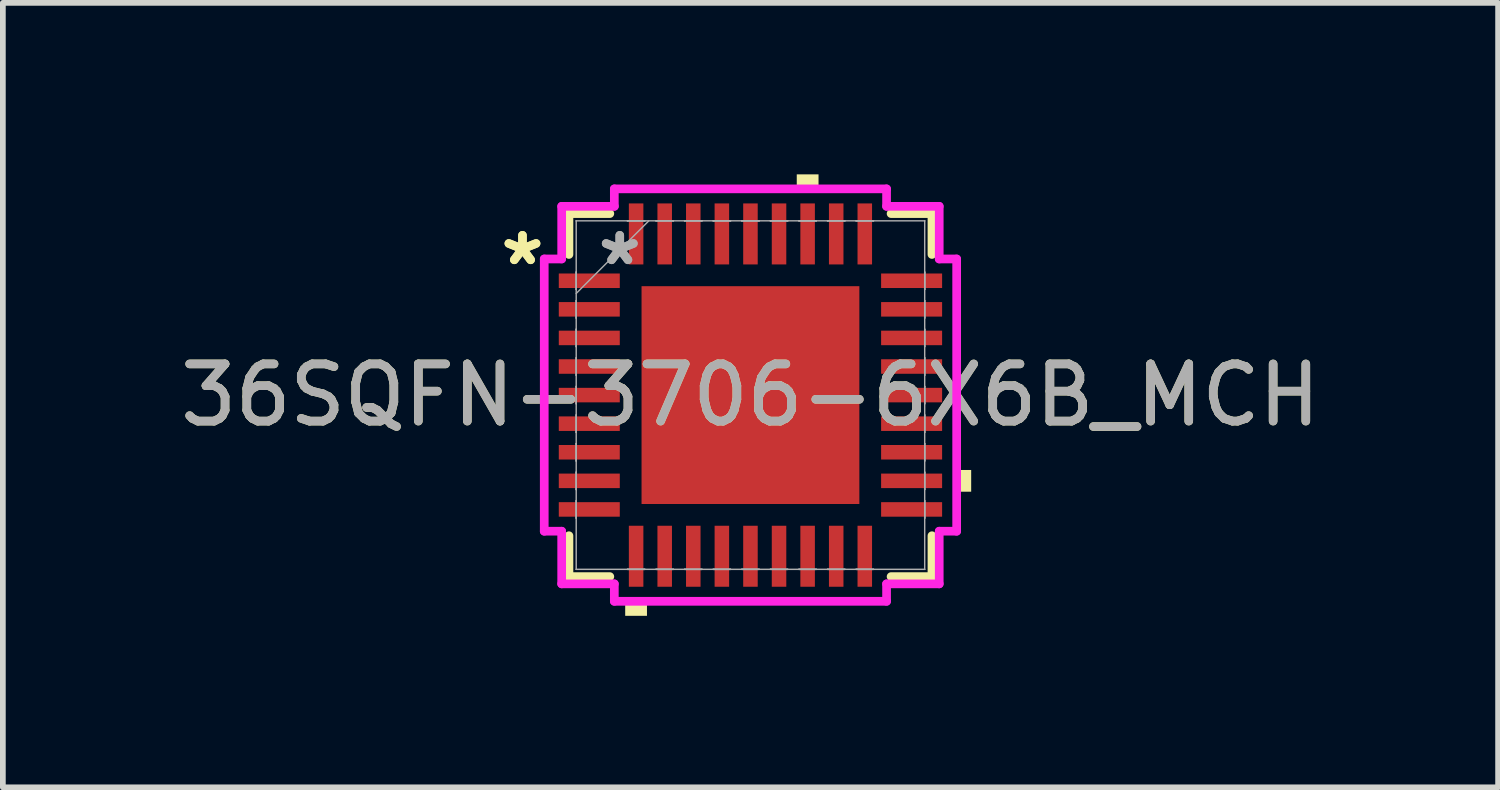
<source format=kicad_pcb>
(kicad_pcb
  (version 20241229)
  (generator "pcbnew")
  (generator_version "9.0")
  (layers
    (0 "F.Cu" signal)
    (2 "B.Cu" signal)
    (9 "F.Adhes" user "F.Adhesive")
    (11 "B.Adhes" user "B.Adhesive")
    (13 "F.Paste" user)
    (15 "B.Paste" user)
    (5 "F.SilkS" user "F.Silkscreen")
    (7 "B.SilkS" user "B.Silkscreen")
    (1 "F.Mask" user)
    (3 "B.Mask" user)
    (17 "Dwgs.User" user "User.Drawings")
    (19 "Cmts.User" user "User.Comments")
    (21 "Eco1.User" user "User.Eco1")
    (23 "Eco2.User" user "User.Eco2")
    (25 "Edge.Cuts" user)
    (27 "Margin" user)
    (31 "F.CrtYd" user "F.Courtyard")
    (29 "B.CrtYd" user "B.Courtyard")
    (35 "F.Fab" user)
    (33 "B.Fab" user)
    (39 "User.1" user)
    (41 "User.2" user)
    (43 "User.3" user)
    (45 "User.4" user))
  (footprint "36SQFN-3706-6X6B_MCH"
    (layer "F.Cu")
    (at 10.077 3.861)
    (property "Reference" "36SQFN-3706-6X6B_MCH" (at 0 0 0) (unlocked yes) (layer "F.SilkS") (effects (font (size 1 1) (thickness 0.15))))
    (attr smd)
    (fp_line (start -3.175 -3.175) (end -3.175 -2.46) (stroke (width 0.152) (type solid)) (layer "F.SilkS"))
    (fp_line (start -3.175 2.46) (end -3.175 3.175) (stroke (width 0.152) (type solid)) (layer "F.SilkS"))
    (fp_line (start -3.175 3.175) (end -2.46 3.175) (stroke (width 0.152) (type solid)) (layer "F.SilkS"))
    (fp_line (start -2.46 -3.175) (end -3.175 -3.175) (stroke (width 0.152) (type solid)) (layer "F.SilkS"))
    (fp_line (start 2.46 3.175) (end 3.175 3.175) (stroke (width 0.152) (type solid)) (layer "F.SilkS"))
    (fp_line (start 3.175 -3.175) (end 2.46 -3.175) (stroke (width 0.152) (type solid)) (layer "F.SilkS"))
    (fp_line (start 3.175 -2.46) (end 3.175 -3.175) (stroke (width 0.152) (type solid)) (layer "F.SilkS"))
    (fp_line (start 3.175 3.175) (end 3.175 2.46) (stroke (width 0.152) (type solid)) (layer "F.SilkS"))
    (fp_poly (pts (xy -2.191 3.607) (xy -2.191 3.861) (xy -1.81 3.861) (xy -1.81 3.607)) (stroke (width 0) (type solid)) (fill yes) (layer "F.SilkS"))
    (fp_poly (pts (xy 0.81 -3.607) (xy 0.81 -3.861) (xy 1.191 -3.861) (xy 1.191 -3.607)) (stroke (width 0) (type solid)) (fill yes) (layer "F.SilkS"))
    (fp_poly (pts (xy 3.861 1.31) (xy 3.861 1.69) (xy 3.607 1.69) (xy 3.607 1.31)) (stroke (width 0) (type solid)) (fill yes) (layer "F.SilkS"))
    (fp_poly (pts (xy -1.805 -1.805) (xy -1.805 -0.735) (xy -0.735 -0.735) (xy -0.735 -1.805)) (stroke (width 0) (type solid)) (fill yes) (layer "F.Paste"))
    (fp_poly (pts (xy -1.805 -0.535) (xy -1.805 0.535) (xy -0.735 0.535) (xy -0.735 -0.535)) (stroke (width 0) (type solid)) (fill yes) (layer "F.Paste"))
    (fp_poly (pts (xy -1.805 0.735) (xy -1.805 1.805) (xy -0.735 1.805) (xy -0.735 0.735)) (stroke (width 0) (type solid)) (fill yes) (layer "F.Paste"))
    (fp_poly (pts (xy -0.535 -1.805) (xy -0.535 -0.735) (xy 0.535 -0.735) (xy 0.535 -1.805)) (stroke (width 0) (type solid)) (fill yes) (layer "F.Paste"))
    (fp_poly (pts (xy -0.535 -0.535) (xy -0.535 0.535) (xy 0.535 0.535) (xy 0.535 -0.535)) (stroke (width 0) (type solid)) (fill yes) (layer "F.Paste"))
    (fp_poly (pts (xy -0.535 0.735) (xy -0.535 1.805) (xy 0.535 1.805) (xy 0.535 0.735)) (stroke (width 0) (type solid)) (fill yes) (layer "F.Paste"))
    (fp_poly (pts (xy 0.735 -1.805) (xy 0.735 -0.735) (xy 1.805 -0.735) (xy 1.805 -1.805)) (stroke (width 0) (type solid)) (fill yes) (layer "F.Paste"))
    (fp_poly (pts (xy 0.735 -0.535) (xy 0.735 0.535) (xy 1.805 0.535) (xy 1.805 -0.535)) (stroke (width 0) (type solid)) (fill yes) (layer "F.Paste"))
    (fp_poly (pts (xy 0.735 0.735) (xy 0.735 1.805) (xy 1.805 1.805) (xy 1.805 0.735)) (stroke (width 0) (type solid)) (fill yes) (layer "F.Paste"))
    (fp_line (start -3.607 -2.381) (end -3.302 -2.381) (stroke (width 0.152) (type solid)) (layer "F.CrtYd"))
    (fp_line (start -3.607 2.381) (end -3.607 -2.381) (stroke (width 0.152) (type solid)) (layer "F.CrtYd"))
    (fp_line (start -3.302 -3.302) (end -2.381 -3.302) (stroke (width 0.152) (type solid)) (layer "F.CrtYd"))
    (fp_line (start -3.302 -2.381) (end -3.302 -3.302) (stroke (width 0.152) (type solid)) (layer "F.CrtYd"))
    (fp_line (start -3.302 2.381) (end -3.607 2.381) (stroke (width 0.152) (type solid)) (layer "F.CrtYd"))
    (fp_line (start -3.302 3.302) (end -3.302 2.381) (stroke (width 0.152) (type solid)) (layer "F.CrtYd"))
    (fp_line (start -2.381 -3.607) (end 2.381 -3.607) (stroke (width 0.152) (type solid)) (layer "F.CrtYd"))
    (fp_line (start -2.381 -3.302) (end -2.381 -3.607) (stroke (width 0.152) (type solid)) (layer "F.CrtYd"))
    (fp_line (start -2.381 3.302) (end -3.302 3.302) (stroke (width 0.152) (type solid)) (layer "F.CrtYd"))
    (fp_line (start -2.381 3.607) (end -2.381 3.302) (stroke (width 0.152) (type solid)) (layer "F.CrtYd"))
    (fp_line (start 2.381 -3.607) (end 2.381 -3.302) (stroke (width 0.152) (type solid)) (layer "F.CrtYd"))
    (fp_line (start 2.381 -3.302) (end 3.302 -3.302) (stroke (width 0.152) (type solid)) (layer "F.CrtYd"))
    (fp_line (start 2.381 3.302) (end 2.381 3.607) (stroke (width 0.152) (type solid)) (layer "F.CrtYd"))
    (fp_line (start 2.381 3.607) (end -2.381 3.607) (stroke (width 0.152) (type solid)) (layer "F.CrtYd"))
    (fp_line (start 3.302 -3.302) (end 3.302 -2.381) (stroke (width 0.152) (type solid)) (layer "F.CrtYd"))
    (fp_line (start 3.302 -2.381) (end 3.607 -2.381) (stroke (width 0.152) (type solid)) (layer "F.CrtYd"))
    (fp_line (start 3.302 2.381) (end 3.302 3.302) (stroke (width 0.152) (type solid)) (layer "F.CrtYd"))
    (fp_line (start 3.302 3.302) (end 2.381 3.302) (stroke (width 0.152) (type solid)) (layer "F.CrtYd"))
    (fp_line (start 3.607 -2.381) (end 3.607 2.381) (stroke (width 0.152) (type solid)) (layer "F.CrtYd"))
    (fp_line (start 3.607 2.381) (end 3.302 2.381) (stroke (width 0.152) (type solid)) (layer "F.CrtYd"))
    (fp_line (start -3.048 -3.048) (end -3.048 -3.048) (stroke (width 0.025) (type solid)) (layer "F.Fab"))
    (fp_line (start -3.048 -3.048) (end -3.048 3.048) (stroke (width 0.025) (type solid)) (layer "F.Fab"))
    (fp_line (start -3.048 -2.152) (end -3.048 -2.152) (stroke (width 0.025) (type solid)) (layer "F.Fab"))
    (fp_line (start -3.048 -2.152) (end -3.048 -1.848) (stroke (width 0.025) (type solid)) (layer "F.Fab"))
    (fp_line (start -3.048 -1.848) (end -3.048 -2.152) (stroke (width 0.025) (type solid)) (layer "F.Fab"))
    (fp_line (start -3.048 -1.848) (end -3.048 -1.848) (stroke (width 0.025) (type solid)) (layer "F.Fab"))
    (fp_line (start -3.048 -1.778) (end -1.778 -3.048) (stroke (width 0.025) (type solid)) (layer "F.Fab"))
    (fp_line (start -3.048 -1.652) (end -3.048 -1.652) (stroke (width 0.025) (type solid)) (layer "F.Fab"))
    (fp_line (start -3.048 -1.652) (end -3.048 -1.348) (stroke (width 0.025) (type solid)) (layer "F.Fab"))
    (fp_line (start -3.048 -1.348) (end -3.048 -1.652) (stroke (width 0.025) (type solid)) (layer "F.Fab"))
    (fp_line (start -3.048 -1.348) (end -3.048 -1.348) (stroke (width 0.025) (type solid)) (layer "F.Fab"))
    (fp_line (start -3.048 -1.152) (end -3.048 -1.152) (stroke (width 0.025) (type solid)) (layer "F.Fab"))
    (fp_line (start -3.048 -1.152) (end -3.048 -0.848) (stroke (width 0.025) (type solid)) (layer "F.Fab"))
    (fp_line (start -3.048 -0.848) (end -3.048 -1.152) (stroke (width 0.025) (type solid)) (layer "F.Fab"))
    (fp_line (start -3.048 -0.848) (end -3.048 -0.848) (stroke (width 0.025) (type solid)) (layer "F.Fab"))
    (fp_line (start -3.048 -0.652) (end -3.048 -0.652) (stroke (width 0.025) (type solid)) (layer "F.Fab"))
    (fp_line (start -3.048 -0.652) (end -3.048 -0.348) (stroke (width 0.025) (type solid)) (layer "F.Fab"))
    (fp_line (start -3.048 -0.348) (end -3.048 -0.652) (stroke (width 0.025) (type solid)) (layer "F.Fab"))
    (fp_line (start -3.048 -0.348) (end -3.048 -0.348) (stroke (width 0.025) (type solid)) (layer "F.Fab"))
    (fp_line (start -3.048 -0.152) (end -3.048 -0.152) (stroke (width 0.025) (type solid)) (layer "F.Fab"))
    (fp_line (start -3.048 -0.152) (end -3.048 0.152) (stroke (width 0.025) (type solid)) (layer "F.Fab"))
    (fp_line (start -3.048 0.152) (end -3.048 -0.152) (stroke (width 0.025) (type solid)) (layer "F.Fab"))
    (fp_line (start -3.048 0.152) (end -3.048 0.152) (stroke (width 0.025) (type solid)) (layer "F.Fab"))
    (fp_line (start -3.048 0.348) (end -3.048 0.348) (stroke (width 0.025) (type solid)) (layer "F.Fab"))
    (fp_line (start -3.048 0.348) (end -3.048 0.652) (stroke (width 0.025) (type solid)) (layer "F.Fab"))
    (fp_line (start -3.048 0.652) (end -3.048 0.348) (stroke (width 0.025) (type solid)) (layer "F.Fab"))
    (fp_line (start -3.048 0.652) (end -3.048 0.652) (stroke (width 0.025) (type solid)) (layer "F.Fab"))
    (fp_line (start -3.048 0.848) (end -3.048 0.848) (stroke (width 0.025) (type solid)) (layer "F.Fab"))
    (fp_line (start -3.048 0.848) (end -3.048 1.152) (stroke (width 0.025) (type solid)) (layer "F.Fab"))
    (fp_line (start -3.048 1.152) (end -3.048 0.848) (stroke (width 0.025) (type solid)) (layer "F.Fab"))
    (fp_line (start -3.048 1.152) (end -3.048 1.152) (stroke (width 0.025) (type solid)) (layer "F.Fab"))
    (fp_line (start -3.048 1.348) (end -3.048 1.348) (stroke (width 0.025) (type solid)) (layer "F.Fab"))
    (fp_line (start -3.048 1.348) (end -3.048 1.652) (stroke (width 0.025) (type solid)) (layer "F.Fab"))
    (fp_line (start -3.048 1.652) (end -3.048 1.348) (stroke (width 0.025) (type solid)) (layer "F.Fab"))
    (fp_line (start -3.048 1.652) (end -3.048 1.652) (stroke (width 0.025) (type solid)) (layer "F.Fab"))
    (fp_line (start -3.048 1.848) (end -3.048 1.848) (stroke (width 0.025) (type solid)) (layer "F.Fab"))
    (fp_line (start -3.048 1.848) (end -3.048 2.152) (stroke (width 0.025) (type solid)) (layer "F.Fab"))
    (fp_line (start -3.048 2.152) (end -3.048 1.848) (stroke (width 0.025) (type solid)) (layer "F.Fab"))
    (fp_line (start -3.048 2.152) (end -3.048 2.152) (stroke (width 0.025) (type solid)) (layer "F.Fab"))
    (fp_line (start -3.048 3.048) (end -3.048 3.048) (stroke (width 0.025) (type solid)) (layer "F.Fab"))
    (fp_line (start -3.048 3.048) (end 3.048 3.048) (stroke (width 0.025) (type solid)) (layer "F.Fab"))
    (fp_line (start -2.152 -3.048) (end -2.152 -3.048) (stroke (width 0.025) (type solid)) (layer "F.Fab"))
    (fp_line (start -2.152 -3.048) (end -1.848 -3.048) (stroke (width 0.025) (type solid)) (layer "F.Fab"))
    (fp_line (start -2.152 3.048) (end -2.152 3.048) (stroke (width 0.025) (type solid)) (layer "F.Fab"))
    (fp_line (start -2.152 3.048) (end -1.848 3.048) (stroke (width 0.025) (type solid)) (layer "F.Fab"))
    (fp_line (start -1.848 -3.048) (end -2.152 -3.048) (stroke (width 0.025) (type solid)) (layer "F.Fab"))
    (fp_line (start -1.848 -3.048) (end -1.848 -3.048) (stroke (width 0.025) (type solid)) (layer "F.Fab"))
    (fp_line (start -1.848 3.048) (end -2.152 3.048) (stroke (width 0.025) (type solid)) (layer "F.Fab"))
    (fp_line (start -1.848 3.048) (end -1.848 3.048) (stroke (width 0.025) (type solid)) (layer "F.Fab"))
    (fp_line (start -1.652 -3.048) (end -1.652 -3.048) (stroke (width 0.025) (type solid)) (layer "F.Fab"))
    (fp_line (start -1.652 -3.048) (end -1.348 -3.048) (stroke (width 0.025) (type solid)) (layer "F.Fab"))
    (fp_line (start -1.652 3.048) (end -1.652 3.048) (stroke (width 0.025) (type solid)) (layer "F.Fab"))
    (fp_line (start -1.652 3.048) (end -1.348 3.048) (stroke (width 0.025) (type solid)) (layer "F.Fab"))
    (fp_line (start -1.348 -3.048) (end -1.652 -3.048) (stroke (width 0.025) (type solid)) (layer "F.Fab"))
    (fp_line (start -1.348 -3.048) (end -1.348 -3.048) (stroke (width 0.025) (type solid)) (layer "F.Fab"))
    (fp_line (start -1.348 3.048) (end -1.652 3.048) (stroke (width 0.025) (type solid)) (layer "F.Fab"))
    (fp_line (start -1.348 3.048) (end -1.348 3.048) (stroke (width 0.025) (type solid)) (layer "F.Fab"))
    (fp_line (start -1.152 -3.048) (end -1.152 -3.048) (stroke (width 0.025) (type solid)) (layer "F.Fab"))
    (fp_line (start -1.152 -3.048) (end -0.848 -3.048) (stroke (width 0.025) (type solid)) (layer "F.Fab"))
    (fp_line (start -1.152 3.048) (end -1.152 3.048) (stroke (width 0.025) (type solid)) (layer "F.Fab"))
    (fp_line (start -1.152 3.048) (end -0.848 3.048) (stroke (width 0.025) (type solid)) (layer "F.Fab"))
    (fp_line (start -0.848 -3.048) (end -1.152 -3.048) (stroke (width 0.025) (type solid)) (layer "F.Fab"))
    (fp_line (start -0.848 -3.048) (end -0.848 -3.048) (stroke (width 0.025) (type solid)) (layer "F.Fab"))
    (fp_line (start -0.848 3.048) (end -1.152 3.048) (stroke (width 0.025) (type solid)) (layer "F.Fab"))
    (fp_line (start -0.848 3.048) (end -0.848 3.048) (stroke (width 0.025) (type solid)) (layer "F.Fab"))
    (fp_line (start -0.652 -3.048) (end -0.652 -3.048) (stroke (width 0.025) (type solid)) (layer "F.Fab"))
    (fp_line (start -0.652 -3.048) (end -0.348 -3.048) (stroke (width 0.025) (type solid)) (layer "F.Fab"))
    (fp_line (start -0.652 3.048) (end -0.652 3.048) (stroke (width 0.025) (type solid)) (layer "F.Fab"))
    (fp_line (start -0.652 3.048) (end -0.348 3.048) (stroke (width 0.025) (type solid)) (layer "F.Fab"))
    (fp_line (start -0.348 -3.048) (end -0.652 -3.048) (stroke (width 0.025) (type solid)) (layer "F.Fab"))
    (fp_line (start -0.348 -3.048) (end -0.348 -3.048) (stroke (width 0.025) (type solid)) (layer "F.Fab"))
    (fp_line (start -0.348 3.048) (end -0.652 3.048) (stroke (width 0.025) (type solid)) (layer "F.Fab"))
    (fp_line (start -0.348 3.048) (end -0.348 3.048) (stroke (width 0.025) (type solid)) (layer "F.Fab"))
    (fp_line (start -0.152 -3.048) (end -0.152 -3.048) (stroke (width 0.025) (type solid)) (layer "F.Fab"))
    (fp_line (start -0.152 -3.048) (end 0.152 -3.048) (stroke (width 0.025) (type solid)) (layer "F.Fab"))
    (fp_line (start -0.152 3.048) (end -0.152 3.048) (stroke (width 0.025) (type solid)) (layer "F.Fab"))
    (fp_line (start -0.152 3.048) (end 0.152 3.048) (stroke (width 0.025) (type solid)) (layer "F.Fab"))
    (fp_line (start 0.152 -3.048) (end -0.152 -3.048) (stroke (width 0.025) (type solid)) (layer "F.Fab"))
    (fp_line (start 0.152 -3.048) (end 0.152 -3.048) (stroke (width 0.025) (type solid)) (layer "F.Fab"))
    (fp_line (start 0.152 3.048) (end -0.152 3.048) (stroke (width 0.025) (type solid)) (layer "F.Fab"))
    (fp_line (start 0.152 3.048) (end 0.152 3.048) (stroke (width 0.025) (type solid)) (layer "F.Fab"))
    (fp_line (start 0.348 -3.048) (end 0.348 -3.048) (stroke (width 0.025) (type solid)) (layer "F.Fab"))
    (fp_line (start 0.348 -3.048) (end 0.652 -3.048) (stroke (width 0.025) (type solid)) (layer "F.Fab"))
    (fp_line (start 0.348 3.048) (end 0.348 3.048) (stroke (width 0.025) (type solid)) (layer "F.Fab"))
    (fp_line (start 0.348 3.048) (end 0.652 3.048) (stroke (width 0.025) (type solid)) (layer "F.Fab"))
    (fp_line (start 0.652 -3.048) (end 0.348 -3.048) (stroke (width 0.025) (type solid)) (layer "F.Fab"))
    (fp_line (start 0.652 -3.048) (end 0.652 -3.048) (stroke (width 0.025) (type solid)) (layer "F.Fab"))
    (fp_line (start 0.652 3.048) (end 0.348 3.048) (stroke (width 0.025) (type solid)) (layer "F.Fab"))
    (fp_line (start 0.652 3.048) (end 0.652 3.048) (stroke (width 0.025) (type solid)) (layer "F.Fab"))
    (fp_line (start 0.848 -3.048) (end 0.848 -3.048) (stroke (width 0.025) (type solid)) (layer "F.Fab"))
    (fp_line (start 0.848 -3.048) (end 1.152 -3.048) (stroke (width 0.025) (type solid)) (layer "F.Fab"))
    (fp_line (start 0.848 3.048) (end 0.848 3.048) (stroke (width 0.025) (type solid)) (layer "F.Fab"))
    (fp_line (start 0.848 3.048) (end 1.152 3.048) (stroke (width 0.025) (type solid)) (layer "F.Fab"))
    (fp_line (start 1.152 -3.048) (end 0.848 -3.048) (stroke (width 0.025) (type solid)) (layer "F.Fab"))
    (fp_line (start 1.152 -3.048) (end 1.152 -3.048) (stroke (width 0.025) (type solid)) (layer "F.Fab"))
    (fp_line (start 1.152 3.048) (end 0.848 3.048) (stroke (width 0.025) (type solid)) (layer "F.Fab"))
    (fp_line (start 1.152 3.048) (end 1.152 3.048) (stroke (width 0.025) (type solid)) (layer "F.Fab"))
    (fp_line (start 1.348 -3.048) (end 1.348 -3.048) (stroke (width 0.025) (type solid)) (layer "F.Fab"))
    (fp_line (start 1.348 -3.048) (end 1.652 -3.048) (stroke (width 0.025) (type solid)) (layer "F.Fab"))
    (fp_line (start 1.348 3.048) (end 1.348 3.048) (stroke (width 0.025) (type solid)) (layer "F.Fab"))
    (fp_line (start 1.348 3.048) (end 1.652 3.048) (stroke (width 0.025) (type solid)) (layer "F.Fab"))
    (fp_line (start 1.652 -3.048) (end 1.348 -3.048) (stroke (width 0.025) (type solid)) (layer "F.Fab"))
    (fp_line (start 1.652 -3.048) (end 1.652 -3.048) (stroke (width 0.025) (type solid)) (layer "F.Fab"))
    (fp_line (start 1.652 3.048) (end 1.348 3.048) (stroke (width 0.025) (type solid)) (layer "F.Fab"))
    (fp_line (start 1.652 3.048) (end 1.652 3.048) (stroke (width 0.025) (type solid)) (layer "F.Fab"))
    (fp_line (start 1.848 -3.048) (end 1.848 -3.048) (stroke (width 0.025) (type solid)) (layer "F.Fab"))
    (fp_line (start 1.848 -3.048) (end 2.152 -3.048) (stroke (width 0.025) (type solid)) (layer "F.Fab"))
    (fp_line (start 1.848 3.048) (end 1.848 3.048) (stroke (width 0.025) (type solid)) (layer "F.Fab"))
    (fp_line (start 1.848 3.048) (end 2.152 3.048) (stroke (width 0.025) (type solid)) (layer "F.Fab"))
    (fp_line (start 2.152 -3.048) (end 1.848 -3.048) (stroke (width 0.025) (type solid)) (layer "F.Fab"))
    (fp_line (start 2.152 -3.048) (end 2.152 -3.048) (stroke (width 0.025) (type solid)) (layer "F.Fab"))
    (fp_line (start 2.152 3.048) (end 1.848 3.048) (stroke (width 0.025) (type solid)) (layer "F.Fab"))
    (fp_line (start 2.152 3.048) (end 2.152 3.048) (stroke (width 0.025) (type solid)) (layer "F.Fab"))
    (fp_line (start 3.048 -3.048) (end -3.048 -3.048) (stroke (width 0.025) (type solid)) (layer "F.Fab"))
    (fp_line (start 3.048 -3.048) (end 3.048 -3.048) (stroke (width 0.025) (type solid)) (layer "F.Fab"))
    (fp_line (start 3.048 -2.152) (end 3.048 -2.152) (stroke (width 0.025) (type solid)) (layer "F.Fab"))
    (fp_line (start 3.048 -2.152) (end 3.048 -1.848) (stroke (width 0.025) (type solid)) (layer "F.Fab"))
    (fp_line (start 3.048 -1.848) (end 3.048 -2.152) (stroke (width 0.025) (type solid)) (layer "F.Fab"))
    (fp_line (start 3.048 -1.848) (end 3.048 -1.848) (stroke (width 0.025) (type solid)) (layer "F.Fab"))
    (fp_line (start 3.048 -1.652) (end 3.048 -1.652) (stroke (width 0.025) (type solid)) (layer "F.Fab"))
    (fp_line (start 3.048 -1.652) (end 3.048 -1.348) (stroke (width 0.025) (type solid)) (layer "F.Fab"))
    (fp_line (start 3.048 -1.348) (end 3.048 -1.652) (stroke (width 0.025) (type solid)) (layer "F.Fab"))
    (fp_line (start 3.048 -1.348) (end 3.048 -1.348) (stroke (width 0.025) (type solid)) (layer "F.Fab"))
    (fp_line (start 3.048 -1.152) (end 3.048 -1.152) (stroke (width 0.025) (type solid)) (layer "F.Fab"))
    (fp_line (start 3.048 -1.152) (end 3.048 -0.848) (stroke (width 0.025) (type solid)) (layer "F.Fab"))
    (fp_line (start 3.048 -0.848) (end 3.048 -1.152) (stroke (width 0.025) (type solid)) (layer "F.Fab"))
    (fp_line (start 3.048 -0.848) (end 3.048 -0.848) (stroke (width 0.025) (type solid)) (layer "F.Fab"))
    (fp_line (start 3.048 -0.652) (end 3.048 -0.652) (stroke (width 0.025) (type solid)) (layer "F.Fab"))
    (fp_line (start 3.048 -0.652) (end 3.048 -0.348) (stroke (width 0.025) (type solid)) (layer "F.Fab"))
    (fp_line (start 3.048 -0.348) (end 3.048 -0.652) (stroke (width 0.025) (type solid)) (layer "F.Fab"))
    (fp_line (start 3.048 -0.348) (end 3.048 -0.348) (stroke (width 0.025) (type solid)) (layer "F.Fab"))
    (fp_line (start 3.048 -0.152) (end 3.048 -0.152) (stroke (width 0.025) (type solid)) (layer "F.Fab"))
    (fp_line (start 3.048 -0.152) (end 3.048 0.152) (stroke (width 0.025) (type solid)) (layer "F.Fab"))
    (fp_line (start 3.048 0.152) (end 3.048 -0.152) (stroke (width 0.025) (type solid)) (layer "F.Fab"))
    (fp_line (start 3.048 0.152) (end 3.048 0.152) (stroke (width 0.025) (type solid)) (layer "F.Fab"))
    (fp_line (start 3.048 0.348) (end 3.048 0.348) (stroke (width 0.025) (type solid)) (layer "F.Fab"))
    (fp_line (start 3.048 0.348) (end 3.048 0.652) (stroke (width 0.025) (type solid)) (layer "F.Fab"))
    (fp_line (start 3.048 0.652) (end 3.048 0.348) (stroke (width 0.025) (type solid)) (layer "F.Fab"))
    (fp_line (start 3.048 0.652) (end 3.048 0.652) (stroke (width 0.025) (type solid)) (layer "F.Fab"))
    (fp_line (start 3.048 0.848) (end 3.048 0.848) (stroke (width 0.025) (type solid)) (layer "F.Fab"))
    (fp_line (start 3.048 0.848) (end 3.048 1.152) (stroke (width 0.025) (type solid)) (layer "F.Fab"))
    (fp_line (start 3.048 1.152) (end 3.048 0.848) (stroke (width 0.025) (type solid)) (layer "F.Fab"))
    (fp_line (start 3.048 1.152) (end 3.048 1.152) (stroke (width 0.025) (type solid)) (layer "F.Fab"))
    (fp_line (start 3.048 1.348) (end 3.048 1.348) (stroke (width 0.025) (type solid)) (layer "F.Fab"))
    (fp_line (start 3.048 1.348) (end 3.048 1.652) (stroke (width 0.025) (type solid)) (layer "F.Fab"))
    (fp_line (start 3.048 1.652) (end 3.048 1.348) (stroke (width 0.025) (type solid)) (layer "F.Fab"))
    (fp_line (start 3.048 1.652) (end 3.048 1.652) (stroke (width 0.025) (type solid)) (layer "F.Fab"))
    (fp_line (start 3.048 1.848) (end 3.048 1.848) (stroke (width 0.025) (type solid)) (layer "F.Fab"))
    (fp_line (start 3.048 1.848) (end 3.048 2.152) (stroke (width 0.025) (type solid)) (layer "F.Fab"))
    (fp_line (start 3.048 2.152) (end 3.048 1.848) (stroke (width 0.025) (type solid)) (layer "F.Fab"))
    (fp_line (start 3.048 2.152) (end 3.048 2.152) (stroke (width 0.025) (type solid)) (layer "F.Fab"))
    (fp_line (start 3.048 3.048) (end 3.048 -3.048) (stroke (width 0.025) (type solid)) (layer "F.Fab"))
    (fp_line (start 3.048 3.048) (end 3.048 3.048) (stroke (width 0.025) (type solid)) (layer "F.Fab"))
    (fp_text user "*" (at -3.988 -2.25 0) (layer "F.SilkS") (effects (font (size 1 1) (thickness 0.15))))
    (fp_text user "*" (at -3.988 -2.25 0) (unlocked yes) (layer "F.SilkS") (effects (font (size 1 1) (thickness 0.15))))
    (fp_text user "*" (at -2.286 -2.25 0) (unlocked yes) (layer "F.Fab") (effects (font (size 1 1) (thickness 0.15))))
    (fp_text user "*" (at -2.286 -2.25 0) (layer "F.Fab") (effects (font (size 1 1) (thickness 0.15))))
    (fp_text user "${REFERENCE}" (at 0 0 0) (unlocked yes) (layer "F.Fab") (effects (font (size 1 1) (thickness 0.15))))
    (pad "1" smd rect (at -2.819 -2 90) (size 0.254 1.067) (layers "F.Cu" "F.Mask" "F.Paste"))
    (pad "2" smd rect (at -2.819 -1.5 90) (size 0.254 1.067) (layers "F.Cu" "F.Mask" "F.Paste"))
    (pad "3" smd rect (at -2.819 -1 90) (size 0.254 1.067) (layers "F.Cu" "F.Mask" "F.Paste"))
    (pad "4" smd rect (at -2.819 -0.5 90) (size 0.254 1.067) (layers "F.Cu" "F.Mask" "F.Paste"))
    (pad "5" smd rect (at -2.819 0 90) (size 0.254 1.067) (layers "F.Cu" "F.Mask" "F.Paste"))
    (pad "6" smd rect (at -2.819 0.5 90) (size 0.254 1.067) (layers "F.Cu" "F.Mask" "F.Paste"))
    (pad "7" smd rect (at -2.819 1 90) (size 0.254 1.067) (layers "F.Cu" "F.Mask" "F.Paste"))
    (pad "8" smd rect (at -2.819 1.5 90) (size 0.254 1.067) (layers "F.Cu" "F.Mask" "F.Paste"))
    (pad "9" smd rect (at -2.819 2 90) (size 0.254 1.067) (layers "F.Cu" "F.Mask" "F.Paste"))
    (pad "10" smd rect (at -2 2.819) (size 0.254 1.067) (layers "F.Cu" "F.Mask" "F.Paste"))
    (pad "11" smd rect (at -1.5 2.819) (size 0.254 1.067) (layers "F.Cu" "F.Mask" "F.Paste"))
    (pad "12" smd rect (at -1 2.819) (size 0.254 1.067) (layers "F.Cu" "F.Mask" "F.Paste"))
    (pad "13" smd rect (at -0.5 2.819) (size 0.254 1.067) (layers "F.Cu" "F.Mask" "F.Paste"))
    (pad "14" smd rect (at 0 2.819) (size 0.254 1.067) (layers "F.Cu" "F.Mask" "F.Paste"))
    (pad "15" smd rect (at 0.5 2.819) (size 0.254 1.067) (layers "F.Cu" "F.Mask" "F.Paste"))
    (pad "16" smd rect (at 1 2.819) (size 0.254 1.067) (layers "F.Cu" "F.Mask" "F.Paste"))
    (pad "17" smd rect (at 1.5 2.819) (size 0.254 1.067) (layers "F.Cu" "F.Mask" "F.Paste"))
    (pad "18" smd rect (at 2 2.819) (size 0.254 1.067) (layers "F.Cu" "F.Mask" "F.Paste"))
    (pad "19" smd rect (at 2.819 2 90) (size 0.254 1.067) (layers "F.Cu" "F.Mask" "F.Paste"))
    (pad "20" smd rect (at 2.819 1.5 90) (size 0.254 1.067) (layers "F.Cu" "F.Mask" "F.Paste"))
    (pad "21" smd rect (at 2.819 1 90) (size 0.254 1.067) (layers "F.Cu" "F.Mask" "F.Paste"))
    (pad "22" smd rect (at 2.819 0.5 90) (size 0.254 1.067) (layers "F.Cu" "F.Mask" "F.Paste"))
    (pad "23" smd rect (at 2.819 0 90) (size 0.254 1.067) (layers "F.Cu" "F.Mask" "F.Paste"))
    (pad "24" smd rect (at 2.819 -0.5 90) (size 0.254 1.067) (layers "F.Cu" "F.Mask" "F.Paste"))
    (pad "25" smd rect (at 2.819 -1 90) (size 0.254 1.067) (layers "F.Cu" "F.Mask" "F.Paste"))
    (pad "26" smd rect (at 2.819 -1.5 90) (size 0.254 1.067) (layers "F.Cu" "F.Mask" "F.Paste"))
    (pad "27" smd rect (at 2.819 -2 90) (size 0.254 1.067) (layers "F.Cu" "F.Mask" "F.Paste"))
    (pad "28" smd rect (at 2 -2.819) (size 0.254 1.067) (layers "F.Cu" "F.Mask" "F.Paste"))
    (pad "29" smd rect (at 1.5 -2.819) (size 0.254 1.067) (layers "F.Cu" "F.Mask" "F.Paste"))
    (pad "30" smd rect (at 1 -2.819) (size 0.254 1.067) (layers "F.Cu" "F.Mask" "F.Paste"))
    (pad "31" smd rect (at 0.5 -2.819) (size 0.254 1.067) (layers "F.Cu" "F.Mask" "F.Paste"))
    (pad "32" smd rect (at 0 -2.819) (size 0.254 1.067) (layers "F.Cu" "F.Mask" "F.Paste"))
    (pad "33" smd rect (at -0.5 -2.819) (size 0.254 1.067) (layers "F.Cu" "F.Mask" "F.Paste"))
    (pad "34" smd rect (at -1 -2.819) (size 0.254 1.067) (layers "F.Cu" "F.Mask" "F.Paste"))
    (pad "35" smd rect (at -1.5 -2.819) (size 0.254 1.067) (layers "F.Cu" "F.Mask" "F.Paste"))
    (pad "36" smd rect (at -2 -2.819) (size 0.254 1.067) (layers "F.Cu" "F.Mask" "F.Paste"))
    (pad "37" smd rect (at 0 0) (size 3.81 3.81) (layers "F.Cu" "F.Mask" "F.Paste")))
  (gr_rect
    (start -3 -3)
    (end 23.155 10.722)
    (stroke (width 0.1) (type default))
    (fill no)
    (layer "Edge.Cuts")))
</source>
